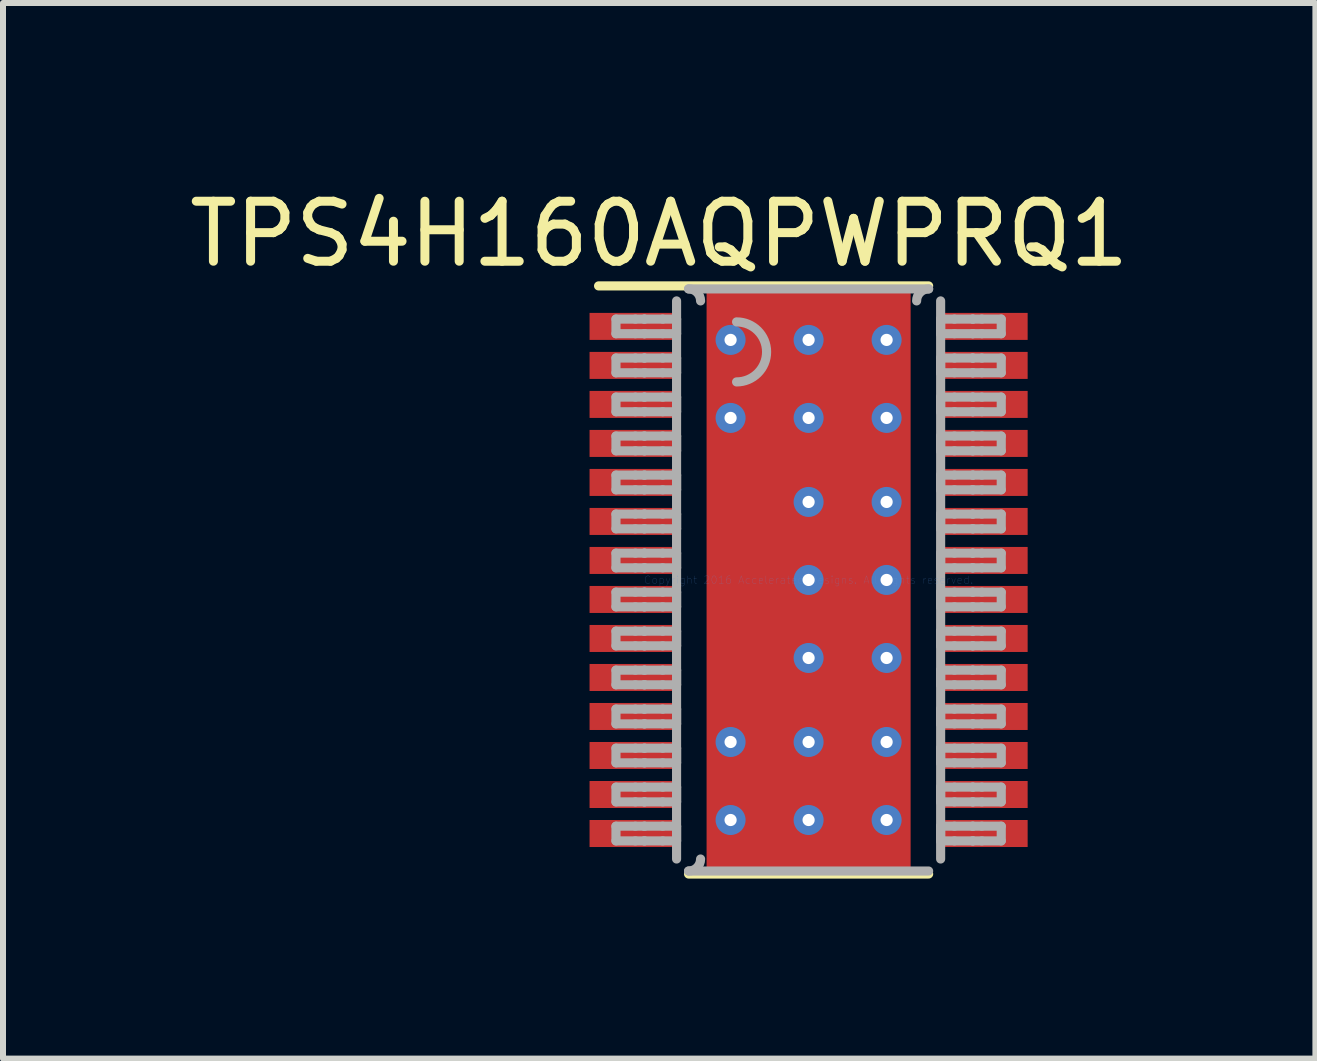
<source format=kicad_pcb>
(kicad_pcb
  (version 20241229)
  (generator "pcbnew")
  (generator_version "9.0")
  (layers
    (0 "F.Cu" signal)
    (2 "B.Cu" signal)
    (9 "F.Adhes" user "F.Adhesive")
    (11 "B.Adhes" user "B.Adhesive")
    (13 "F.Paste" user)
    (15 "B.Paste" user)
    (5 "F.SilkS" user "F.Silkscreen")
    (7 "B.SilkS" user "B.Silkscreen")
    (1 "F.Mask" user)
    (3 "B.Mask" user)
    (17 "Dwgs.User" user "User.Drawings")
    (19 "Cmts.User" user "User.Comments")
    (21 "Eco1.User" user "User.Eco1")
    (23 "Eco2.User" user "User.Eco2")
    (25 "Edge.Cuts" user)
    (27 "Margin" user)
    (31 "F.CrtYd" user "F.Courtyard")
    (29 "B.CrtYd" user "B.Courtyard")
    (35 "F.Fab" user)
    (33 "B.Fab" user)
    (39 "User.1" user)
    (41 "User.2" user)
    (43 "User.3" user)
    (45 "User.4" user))
  (footprint "TPS4H160AQPWPRQ1"
    (layer "F.Cu")
    (at 10.424 6.614)
    (property "Reference" "TPS4H160AQPWPRQ1" (at -2.489 -5.766 0) (layer "F.SilkS") (effects (font (size 1 1) (thickness 0.15))))
    (attr through_hole)
    (fp_line (start -1.55 -2.543) (end -1.549 -2.553) (stroke (width 0.152) (type solid)) (layer "F.Mask"))
    (fp_line (start -1.55 2.543) (end -1.55 -2.543) (stroke (width 0.152) (type solid)) (layer "F.Mask"))
    (fp_line (start -1.549 -2.553) (end -1.546 -2.561) (stroke (width 0.152) (type solid)) (layer "F.Mask"))
    (fp_line (start -1.549 2.553) (end -1.55 2.543) (stroke (width 0.152) (type solid)) (layer "F.Mask"))
    (fp_line (start -1.546 -2.561) (end -1.542 -2.569) (stroke (width 0.152) (type solid)) (layer "F.Mask"))
    (fp_line (start -1.546 2.561) (end -1.549 2.553) (stroke (width 0.152) (type solid)) (layer "F.Mask"))
    (fp_line (start -1.542 -2.569) (end -1.536 -2.576) (stroke (width 0.152) (type solid)) (layer "F.Mask"))
    (fp_line (start -1.542 2.569) (end -1.546 2.561) (stroke (width 0.152) (type solid)) (layer "F.Mask"))
    (fp_line (start -1.536 -2.576) (end -1.529 -2.582) (stroke (width 0.152) (type solid)) (layer "F.Mask"))
    (fp_line (start -1.536 2.576) (end -1.542 2.569) (stroke (width 0.152) (type solid)) (layer "F.Mask"))
    (fp_line (start -1.529 -2.582) (end -1.521 -2.586) (stroke (width 0.152) (type solid)) (layer "F.Mask"))
    (fp_line (start -1.529 2.582) (end -1.536 2.576) (stroke (width 0.152) (type solid)) (layer "F.Mask"))
    (fp_line (start -1.521 -2.586) (end -1.513 -2.589) (stroke (width 0.152) (type solid)) (layer "F.Mask"))
    (fp_line (start -1.521 2.586) (end -1.529 2.582) (stroke (width 0.152) (type solid)) (layer "F.Mask"))
    (fp_line (start -1.513 -2.589) (end -1.504 -2.59) (stroke (width 0.152) (type solid)) (layer "F.Mask"))
    (fp_line (start -1.513 2.589) (end -1.521 2.586) (stroke (width 0.152) (type solid)) (layer "F.Mask"))
    (fp_line (start -1.504 -2.59) (end 1.504 -2.59) (stroke (width 0.152) (type solid)) (layer "F.Mask"))
    (fp_line (start -1.504 2.59) (end -1.513 2.589) (stroke (width 0.152) (type solid)) (layer "F.Mask"))
    (fp_line (start 1.504 -2.59) (end 1.513 -2.589) (stroke (width 0.152) (type solid)) (layer "F.Mask"))
    (fp_line (start 1.504 2.59) (end -1.504 2.59) (stroke (width 0.152) (type solid)) (layer "F.Mask"))
    (fp_line (start 1.513 -2.589) (end 1.521 -2.586) (stroke (width 0.152) (type solid)) (layer "F.Mask"))
    (fp_line (start 1.513 2.589) (end 1.504 2.59) (stroke (width 0.152) (type solid)) (layer "F.Mask"))
    (fp_line (start 1.521 -2.586) (end 1.529 -2.582) (stroke (width 0.152) (type solid)) (layer "F.Mask"))
    (fp_line (start 1.521 2.586) (end 1.513 2.589) (stroke (width 0.152) (type solid)) (layer "F.Mask"))
    (fp_line (start 1.529 -2.582) (end 1.536 -2.576) (stroke (width 0.152) (type solid)) (layer "F.Mask"))
    (fp_line (start 1.529 2.582) (end 1.521 2.586) (stroke (width 0.152) (type solid)) (layer "F.Mask"))
    (fp_line (start 1.536 -2.576) (end 1.542 -2.569) (stroke (width 0.152) (type solid)) (layer "F.Mask"))
    (fp_line (start 1.536 2.576) (end 1.529 2.582) (stroke (width 0.152) (type solid)) (layer "F.Mask"))
    (fp_line (start 1.542 -2.569) (end 1.546 -2.561) (stroke (width 0.152) (type solid)) (layer "F.Mask"))
    (fp_line (start 1.542 2.569) (end 1.536 2.576) (stroke (width 0.152) (type solid)) (layer "F.Mask"))
    (fp_line (start 1.546 -2.561) (end 1.549 -2.553) (stroke (width 0.152) (type solid)) (layer "F.Mask"))
    (fp_line (start 1.546 2.561) (end 1.542 2.569) (stroke (width 0.152) (type solid)) (layer "F.Mask"))
    (fp_line (start 1.549 -2.553) (end 1.55 -2.543) (stroke (width 0.152) (type solid)) (layer "F.Mask"))
    (fp_line (start 1.549 2.553) (end 1.546 2.561) (stroke (width 0.152) (type solid)) (layer "F.Mask"))
    (fp_line (start 1.55 -2.543) (end 1.55 2.543) (stroke (width 0.152) (type solid)) (layer "F.Mask"))
    (fp_line (start 1.55 2.543) (end 1.549 2.553) (stroke (width 0.152) (type solid)) (layer "F.Mask"))
    (fp_line (start -3.5 -4.9) (end 2 -4.9) (stroke (width 0.152) (type solid)) (layer "F.SilkS"))
    (fp_line (start -2 4.9) (end 2 4.9) (stroke (width 0.152) (type solid)) (layer "F.SilkS"))
    (fp_line (start -1.55 -2.543) (end -1.549 -2.553) (stroke (width 0.152) (type solid)) (layer "F.Paste"))
    (fp_line (start -1.55 2.543) (end -1.55 -2.543) (stroke (width 0.152) (type solid)) (layer "F.Paste"))
    (fp_line (start -1.549 -2.553) (end -1.546 -2.561) (stroke (width 0.152) (type solid)) (layer "F.Paste"))
    (fp_line (start -1.549 2.553) (end -1.55 2.543) (stroke (width 0.152) (type solid)) (layer "F.Paste"))
    (fp_line (start -1.546 -2.561) (end -1.542 -2.569) (stroke (width 0.152) (type solid)) (layer "F.Paste"))
    (fp_line (start -1.546 2.561) (end -1.549 2.553) (stroke (width 0.152) (type solid)) (layer "F.Paste"))
    (fp_line (start -1.542 -2.569) (end -1.536 -2.576) (stroke (width 0.152) (type solid)) (layer "F.Paste"))
    (fp_line (start -1.542 2.569) (end -1.546 2.561) (stroke (width 0.152) (type solid)) (layer "F.Paste"))
    (fp_line (start -1.536 -2.576) (end -1.529 -2.582) (stroke (width 0.152) (type solid)) (layer "F.Paste"))
    (fp_line (start -1.536 2.576) (end -1.542 2.569) (stroke (width 0.152) (type solid)) (layer "F.Paste"))
    (fp_line (start -1.529 -2.582) (end -1.521 -2.586) (stroke (width 0.152) (type solid)) (layer "F.Paste"))
    (fp_line (start -1.529 2.582) (end -1.536 2.576) (stroke (width 0.152) (type solid)) (layer "F.Paste"))
    (fp_line (start -1.521 -2.586) (end -1.513 -2.589) (stroke (width 0.152) (type solid)) (layer "F.Paste"))
    (fp_line (start -1.521 2.586) (end -1.529 2.582) (stroke (width 0.152) (type solid)) (layer "F.Paste"))
    (fp_line (start -1.513 -2.589) (end -1.504 -2.59) (stroke (width 0.152) (type solid)) (layer "F.Paste"))
    (fp_line (start -1.513 2.589) (end -1.521 2.586) (stroke (width 0.152) (type solid)) (layer "F.Paste"))
    (fp_line (start -1.504 -2.59) (end 1.504 -2.59) (stroke (width 0.152) (type solid)) (layer "F.Paste"))
    (fp_line (start -1.504 2.59) (end -1.513 2.589) (stroke (width 0.152) (type solid)) (layer "F.Paste"))
    (fp_line (start 1.504 -2.59) (end 1.513 -2.589) (stroke (width 0.152) (type solid)) (layer "F.Paste"))
    (fp_line (start 1.504 2.59) (end -1.504 2.59) (stroke (width 0.152) (type solid)) (layer "F.Paste"))
    (fp_line (start 1.513 -2.589) (end 1.521 -2.586) (stroke (width 0.152) (type solid)) (layer "F.Paste"))
    (fp_line (start 1.513 2.589) (end 1.504 2.59) (stroke (width 0.152) (type solid)) (layer "F.Paste"))
    (fp_line (start 1.521 -2.586) (end 1.529 -2.582) (stroke (width 0.152) (type solid)) (layer "F.Paste"))
    (fp_line (start 1.521 2.586) (end 1.513 2.589) (stroke (width 0.152) (type solid)) (layer "F.Paste"))
    (fp_line (start 1.529 -2.582) (end 1.536 -2.576) (stroke (width 0.152) (type solid)) (layer "F.Paste"))
    (fp_line (start 1.529 2.582) (end 1.521 2.586) (stroke (width 0.152) (type solid)) (layer "F.Paste"))
    (fp_line (start 1.536 -2.576) (end 1.542 -2.569) (stroke (width 0.152) (type solid)) (layer "F.Paste"))
    (fp_line (start 1.536 2.576) (end 1.529 2.582) (stroke (width 0.152) (type solid)) (layer "F.Paste"))
    (fp_line (start 1.542 -2.569) (end 1.546 -2.561) (stroke (width 0.152) (type solid)) (layer "F.Paste"))
    (fp_line (start 1.542 2.569) (end 1.536 2.576) (stroke (width 0.152) (type solid)) (layer "F.Paste"))
    (fp_line (start 1.546 -2.561) (end 1.549 -2.553) (stroke (width 0.152) (type solid)) (layer "F.Paste"))
    (fp_line (start 1.546 2.561) (end 1.542 2.569) (stroke (width 0.152) (type solid)) (layer "F.Paste"))
    (fp_line (start 1.549 -2.553) (end 1.55 -2.543) (stroke (width 0.152) (type solid)) (layer "F.Paste"))
    (fp_line (start 1.549 2.553) (end 1.546 2.561) (stroke (width 0.152) (type solid)) (layer "F.Paste"))
    (fp_line (start 1.55 -2.543) (end 1.55 2.543) (stroke (width 0.152) (type solid)) (layer "F.Paste"))
    (fp_line (start 1.55 2.543) (end 1.549 2.553) (stroke (width 0.152) (type solid)) (layer "F.Paste"))
    (fp_line (start -3.21 -4.347) (end -2.887 -4.347) (stroke (width 0.152) (type solid)) (layer "F.Fab"))
    (fp_line (start -3.21 -4.103) (end -3.21 -4.347) (stroke (width 0.152) (type solid)) (layer "F.Fab"))
    (fp_line (start -3.21 -4.103) (end -2.887 -4.103) (stroke (width 0.152) (type solid)) (layer "F.Fab"))
    (fp_line (start -3.21 -3.698) (end -2.887 -3.698) (stroke (width 0.152) (type solid)) (layer "F.Fab"))
    (fp_line (start -3.21 -3.452) (end -3.21 -3.698) (stroke (width 0.152) (type solid)) (layer "F.Fab"))
    (fp_line (start -3.21 -3.452) (end -2.887 -3.452) (stroke (width 0.152) (type solid)) (layer "F.Fab"))
    (fp_line (start -3.21 -3.047) (end -2.887 -3.047) (stroke (width 0.152) (type solid)) (layer "F.Fab"))
    (fp_line (start -3.21 -2.803) (end -3.21 -3.047) (stroke (width 0.152) (type solid)) (layer "F.Fab"))
    (fp_line (start -3.21 -2.803) (end -2.887 -2.803) (stroke (width 0.152) (type solid)) (layer "F.Fab"))
    (fp_line (start -3.21 -2.398) (end -2.887 -2.398) (stroke (width 0.152) (type solid)) (layer "F.Fab"))
    (fp_line (start -3.21 -2.152) (end -3.21 -2.398) (stroke (width 0.152) (type solid)) (layer "F.Fab"))
    (fp_line (start -3.21 -2.152) (end -2.887 -2.152) (stroke (width 0.152) (type solid)) (layer "F.Fab"))
    (fp_line (start -3.21 -1.747) (end -2.887 -1.747) (stroke (width 0.152) (type solid)) (layer "F.Fab"))
    (fp_line (start -3.21 -1.502) (end -3.21 -1.747) (stroke (width 0.152) (type solid)) (layer "F.Fab"))
    (fp_line (start -3.21 -1.502) (end -2.887 -1.502) (stroke (width 0.152) (type solid)) (layer "F.Fab"))
    (fp_line (start -3.21 -1.098) (end -2.887 -1.098) (stroke (width 0.152) (type solid)) (layer "F.Fab"))
    (fp_line (start -3.21 -0.852) (end -3.21 -1.098) (stroke (width 0.152) (type solid)) (layer "F.Fab"))
    (fp_line (start -3.21 -0.852) (end -2.887 -0.852) (stroke (width 0.152) (type solid)) (layer "F.Fab"))
    (fp_line (start -3.21 -0.447) (end -2.887 -0.447) (stroke (width 0.152) (type solid)) (layer "F.Fab"))
    (fp_line (start -3.21 -0.202) (end -3.21 -0.447) (stroke (width 0.152) (type solid)) (layer "F.Fab"))
    (fp_line (start -3.21 -0.202) (end -2.887 -0.202) (stroke (width 0.152) (type solid)) (layer "F.Fab"))
    (fp_line (start -3.21 0.203) (end -2.887 0.203) (stroke (width 0.152) (type solid)) (layer "F.Fab"))
    (fp_line (start -3.21 0.448) (end -3.21 0.203) (stroke (width 0.152) (type solid)) (layer "F.Fab"))
    (fp_line (start -3.21 0.448) (end -2.887 0.448) (stroke (width 0.152) (type solid)) (layer "F.Fab"))
    (fp_line (start -3.21 0.853) (end -2.887 0.853) (stroke (width 0.152) (type solid)) (layer "F.Fab"))
    (fp_line (start -3.21 1.098) (end -3.21 0.853) (stroke (width 0.152) (type solid)) (layer "F.Fab"))
    (fp_line (start -3.21 1.098) (end -2.887 1.098) (stroke (width 0.152) (type solid)) (layer "F.Fab"))
    (fp_line (start -3.21 1.503) (end -2.887 1.503) (stroke (width 0.152) (type solid)) (layer "F.Fab"))
    (fp_line (start -3.21 1.747) (end -3.21 1.503) (stroke (width 0.152) (type solid)) (layer "F.Fab"))
    (fp_line (start -3.21 1.747) (end -2.887 1.747) (stroke (width 0.152) (type solid)) (layer "F.Fab"))
    (fp_line (start -3.21 2.152) (end -2.887 2.152) (stroke (width 0.152) (type solid)) (layer "F.Fab"))
    (fp_line (start -3.21 2.398) (end -3.21 2.152) (stroke (width 0.152) (type solid)) (layer "F.Fab"))
    (fp_line (start -3.21 2.398) (end -2.887 2.398) (stroke (width 0.152) (type solid)) (layer "F.Fab"))
    (fp_line (start -3.21 2.803) (end -2.887 2.803) (stroke (width 0.152) (type solid)) (layer "F.Fab"))
    (fp_line (start -3.21 3.047) (end -3.21 2.803) (stroke (width 0.152) (type solid)) (layer "F.Fab"))
    (fp_line (start -3.21 3.047) (end -2.887 3.047) (stroke (width 0.152) (type solid)) (layer "F.Fab"))
    (fp_line (start -3.21 3.452) (end -2.887 3.452) (stroke (width 0.152) (type solid)) (layer "F.Fab"))
    (fp_line (start -3.21 3.698) (end -3.21 3.452) (stroke (width 0.152) (type solid)) (layer "F.Fab"))
    (fp_line (start -3.21 3.698) (end -2.887 3.698) (stroke (width 0.152) (type solid)) (layer "F.Fab"))
    (fp_line (start -3.21 4.103) (end -2.887 4.103) (stroke (width 0.152) (type solid)) (layer "F.Fab"))
    (fp_line (start -3.21 4.348) (end -3.21 4.103) (stroke (width 0.152) (type solid)) (layer "F.Fab"))
    (fp_line (start -3.21 4.348) (end -2.887 4.348) (stroke (width 0.152) (type solid)) (layer "F.Fab"))
    (fp_line (start -2.887 -4.347) (end -2.739 -4.347) (stroke (width 0.152) (type solid)) (layer "F.Fab"))
    (fp_line (start -2.887 -4.103) (end -2.739 -4.103) (stroke (width 0.152) (type solid)) (layer "F.Fab"))
    (fp_line (start -2.887 -3.698) (end -2.739 -3.698) (stroke (width 0.152) (type solid)) (layer "F.Fab"))
    (fp_line (start -2.887 -3.452) (end -2.739 -3.452) (stroke (width 0.152) (type solid)) (layer "F.Fab"))
    (fp_line (start -2.887 -3.047) (end -2.739 -3.047) (stroke (width 0.152) (type solid)) (layer "F.Fab"))
    (fp_line (start -2.887 -2.803) (end -2.739 -2.803) (stroke (width 0.152) (type solid)) (layer "F.Fab"))
    (fp_line (start -2.887 -2.398) (end -2.739 -2.398) (stroke (width 0.152) (type solid)) (layer "F.Fab"))
    (fp_line (start -2.887 -2.152) (end -2.739 -2.152) (stroke (width 0.152) (type solid)) (layer "F.Fab"))
    (fp_line (start -2.887 -1.747) (end -2.739 -1.747) (stroke (width 0.152) (type solid)) (layer "F.Fab"))
    (fp_line (start -2.887 -1.502) (end -2.739 -1.502) (stroke (width 0.152) (type solid)) (layer "F.Fab"))
    (fp_line (start -2.887 -1.098) (end -2.739 -1.098) (stroke (width 0.152) (type solid)) (layer "F.Fab"))
    (fp_line (start -2.887 -0.852) (end -2.739 -0.852) (stroke (width 0.152) (type solid)) (layer "F.Fab"))
    (fp_line (start -2.887 -0.447) (end -2.739 -0.447) (stroke (width 0.152) (type solid)) (layer "F.Fab"))
    (fp_line (start -2.887 -0.202) (end -2.739 -0.202) (stroke (width 0.152) (type solid)) (layer "F.Fab"))
    (fp_line (start -2.887 0.203) (end -2.739 0.203) (stroke (width 0.152) (type solid)) (layer "F.Fab"))
    (fp_line (start -2.887 0.448) (end -2.739 0.448) (stroke (width 0.152) (type solid)) (layer "F.Fab"))
    (fp_line (start -2.887 0.853) (end -2.739 0.853) (stroke (width 0.152) (type solid)) (layer "F.Fab"))
    (fp_line (start -2.887 1.098) (end -2.739 1.098) (stroke (width 0.152) (type solid)) (layer "F.Fab"))
    (fp_line (start -2.887 1.503) (end -2.739 1.503) (stroke (width 0.152) (type solid)) (layer "F.Fab"))
    (fp_line (start -2.887 1.747) (end -2.739 1.747) (stroke (width 0.152) (type solid)) (layer "F.Fab"))
    (fp_line (start -2.887 2.152) (end -2.739 2.152) (stroke (width 0.152) (type solid)) (layer "F.Fab"))
    (fp_line (start -2.887 2.398) (end -2.739 2.398) (stroke (width 0.152) (type solid)) (layer "F.Fab"))
    (fp_line (start -2.887 2.803) (end -2.739 2.803) (stroke (width 0.152) (type solid)) (layer "F.Fab"))
    (fp_line (start -2.887 3.047) (end -2.739 3.047) (stroke (width 0.152) (type solid)) (layer "F.Fab"))
    (fp_line (start -2.887 3.452) (end -2.739 3.452) (stroke (width 0.152) (type solid)) (layer "F.Fab"))
    (fp_line (start -2.887 3.698) (end -2.739 3.698) (stroke (width 0.152) (type solid)) (layer "F.Fab"))
    (fp_line (start -2.887 4.103) (end -2.739 4.103) (stroke (width 0.152) (type solid)) (layer "F.Fab"))
    (fp_line (start -2.887 4.348) (end -2.739 4.348) (stroke (width 0.152) (type solid)) (layer "F.Fab"))
    (fp_line (start -2.739 -4.347) (end -2.733 -4.347) (stroke (width 0.152) (type solid)) (layer "F.Fab"))
    (fp_line (start -2.739 -4.103) (end -2.733 -4.103) (stroke (width 0.152) (type solid)) (layer "F.Fab"))
    (fp_line (start -2.739 -3.698) (end -2.733 -3.698) (stroke (width 0.152) (type solid)) (layer "F.Fab"))
    (fp_line (start -2.739 -3.452) (end -2.733 -3.452) (stroke (width 0.152) (type solid)) (layer "F.Fab"))
    (fp_line (start -2.739 -3.047) (end -2.733 -3.047) (stroke (width 0.152) (type solid)) (layer "F.Fab"))
    (fp_line (start -2.739 -2.803) (end -2.733 -2.803) (stroke (width 0.152) (type solid)) (layer "F.Fab"))
    (fp_line (start -2.739 -2.398) (end -2.733 -2.398) (stroke (width 0.152) (type solid)) (layer "F.Fab"))
    (fp_line (start -2.739 -2.152) (end -2.733 -2.152) (stroke (width 0.152) (type solid)) (layer "F.Fab"))
    (fp_line (start -2.739 -1.747) (end -2.733 -1.747) (stroke (width 0.152) (type solid)) (layer "F.Fab"))
    (fp_line (start -2.739 -1.502) (end -2.733 -1.502) (stroke (width 0.152) (type solid)) (layer "F.Fab"))
    (fp_line (start -2.739 -1.098) (end -2.733 -1.098) (stroke (width 0.152) (type solid)) (layer "F.Fab"))
    (fp_line (start -2.739 -0.852) (end -2.733 -0.852) (stroke (width 0.152) (type solid)) (layer "F.Fab"))
    (fp_line (start -2.739 -0.447) (end -2.733 -0.447) (stroke (width 0.152) (type solid)) (layer "F.Fab"))
    (fp_line (start -2.739 -0.202) (end -2.733 -0.202) (stroke (width 0.152) (type solid)) (layer "F.Fab"))
    (fp_line (start -2.739 0.203) (end -2.733 0.203) (stroke (width 0.152) (type solid)) (layer "F.Fab"))
    (fp_line (start -2.739 0.448) (end -2.733 0.448) (stroke (width 0.152) (type solid)) (layer "F.Fab"))
    (fp_line (start -2.739 0.853) (end -2.733 0.853) (stroke (width 0.152) (type solid)) (layer "F.Fab"))
    (fp_line (start -2.739 1.098) (end -2.733 1.098) (stroke (width 0.152) (type solid)) (layer "F.Fab"))
    (fp_line (start -2.739 1.503) (end -2.733 1.503) (stroke (width 0.152) (type solid)) (layer "F.Fab"))
    (fp_line (start -2.739 1.747) (end -2.733 1.747) (stroke (width 0.152) (type solid)) (layer "F.Fab"))
    (fp_line (start -2.739 2.152) (end -2.733 2.152) (stroke (width 0.152) (type solid)) (layer "F.Fab"))
    (fp_line (start -2.739 2.398) (end -2.733 2.398) (stroke (width 0.152) (type solid)) (layer "F.Fab"))
    (fp_line (start -2.739 2.803) (end -2.733 2.803) (stroke (width 0.152) (type solid)) (layer "F.Fab"))
    (fp_line (start -2.739 3.047) (end -2.733 3.047) (stroke (width 0.152) (type solid)) (layer "F.Fab"))
    (fp_line (start -2.739 3.452) (end -2.733 3.452) (stroke (width 0.152) (type solid)) (layer "F.Fab"))
    (fp_line (start -2.739 3.698) (end -2.733 3.698) (stroke (width 0.152) (type solid)) (layer "F.Fab"))
    (fp_line (start -2.739 4.103) (end -2.733 4.103) (stroke (width 0.152) (type solid)) (layer "F.Fab"))
    (fp_line (start -2.739 4.348) (end -2.733 4.348) (stroke (width 0.152) (type solid)) (layer "F.Fab"))
    (fp_line (start -2.733 -4.347) (end -2.431 -4.347) (stroke (width 0.152) (type solid)) (layer "F.Fab"))
    (fp_line (start -2.733 -4.103) (end -2.431 -4.103) (stroke (width 0.152) (type solid)) (layer "F.Fab"))
    (fp_line (start -2.733 -3.698) (end -2.431 -3.698) (stroke (width 0.152) (type solid)) (layer "F.Fab"))
    (fp_line (start -2.733 -3.452) (end -2.431 -3.452) (stroke (width 0.152) (type solid)) (layer "F.Fab"))
    (fp_line (start -2.733 -3.047) (end -2.431 -3.047) (stroke (width 0.152) (type solid)) (layer "F.Fab"))
    (fp_line (start -2.733 -2.803) (end -2.431 -2.803) (stroke (width 0.152) (type solid)) (layer "F.Fab"))
    (fp_line (start -2.733 -2.398) (end -2.431 -2.398) (stroke (width 0.152) (type solid)) (layer "F.Fab"))
    (fp_line (start -2.733 -2.152) (end -2.431 -2.152) (stroke (width 0.152) (type solid)) (layer "F.Fab"))
    (fp_line (start -2.733 -1.747) (end -2.431 -1.747) (stroke (width 0.152) (type solid)) (layer "F.Fab"))
    (fp_line (start -2.733 -1.502) (end -2.431 -1.502) (stroke (width 0.152) (type solid)) (layer "F.Fab"))
    (fp_line (start -2.733 -1.098) (end -2.431 -1.098) (stroke (width 0.152) (type solid)) (layer "F.Fab"))
    (fp_line (start -2.733 -0.852) (end -2.431 -0.852) (stroke (width 0.152) (type solid)) (layer "F.Fab"))
    (fp_line (start -2.733 -0.447) (end -2.431 -0.447) (stroke (width 0.152) (type solid)) (layer "F.Fab"))
    (fp_line (start -2.733 -0.202) (end -2.431 -0.202) (stroke (width 0.152) (type solid)) (layer "F.Fab"))
    (fp_line (start -2.733 0.203) (end -2.431 0.203) (stroke (width 0.152) (type solid)) (layer "F.Fab"))
    (fp_line (start -2.733 0.448) (end -2.431 0.448) (stroke (width 0.152) (type solid)) (layer "F.Fab"))
    (fp_line (start -2.733 0.853) (end -2.431 0.853) (stroke (width 0.152) (type solid)) (layer "F.Fab"))
    (fp_line (start -2.733 1.098) (end -2.431 1.098) (stroke (width 0.152) (type solid)) (layer "F.Fab"))
    (fp_line (start -2.733 1.503) (end -2.431 1.503) (stroke (width 0.152) (type solid)) (layer "F.Fab"))
    (fp_line (start -2.733 1.747) (end -2.431 1.747) (stroke (width 0.152) (type solid)) (layer "F.Fab"))
    (fp_line (start -2.733 2.152) (end -2.431 2.152) (stroke (width 0.152) (type solid)) (layer "F.Fab"))
    (fp_line (start -2.733 2.398) (end -2.431 2.398) (stroke (width 0.152) (type solid)) (layer "F.Fab"))
    (fp_line (start -2.733 2.803) (end -2.431 2.803) (stroke (width 0.152) (type solid)) (layer "F.Fab"))
    (fp_line (start -2.733 3.047) (end -2.431 3.047) (stroke (width 0.152) (type solid)) (layer "F.Fab"))
    (fp_line (start -2.733 3.452) (end -2.431 3.452) (stroke (width 0.152) (type solid)) (layer "F.Fab"))
    (fp_line (start -2.733 3.698) (end -2.431 3.698) (stroke (width 0.152) (type solid)) (layer "F.Fab"))
    (fp_line (start -2.733 4.103) (end -2.431 4.103) (stroke (width 0.152) (type solid)) (layer "F.Fab"))
    (fp_line (start -2.733 4.348) (end -2.431 4.348) (stroke (width 0.152) (type solid)) (layer "F.Fab"))
    (fp_line (start -2.431 -4.347) (end -2.2 -4.347) (stroke (width 0.152) (type solid)) (layer "F.Fab"))
    (fp_line (start -2.431 -4.103) (end -2.2 -4.103) (stroke (width 0.152) (type solid)) (layer "F.Fab"))
    (fp_line (start -2.431 -3.698) (end -2.2 -3.698) (stroke (width 0.152) (type solid)) (layer "F.Fab"))
    (fp_line (start -2.431 -3.452) (end -2.2 -3.452) (stroke (width 0.152) (type solid)) (layer "F.Fab"))
    (fp_line (start -2.431 -3.047) (end -2.2 -3.047) (stroke (width 0.152) (type solid)) (layer "F.Fab"))
    (fp_line (start -2.431 -2.803) (end -2.2 -2.803) (stroke (width 0.152) (type solid)) (layer "F.Fab"))
    (fp_line (start -2.431 -2.398) (end -2.2 -2.398) (stroke (width 0.152) (type solid)) (layer "F.Fab"))
    (fp_line (start -2.431 -2.152) (end -2.2 -2.152) (stroke (width 0.152) (type solid)) (layer "F.Fab"))
    (fp_line (start -2.431 -1.747) (end -2.2 -1.747) (stroke (width 0.152) (type solid)) (layer "F.Fab"))
    (fp_line (start -2.431 -1.502) (end -2.2 -1.502) (stroke (width 0.152) (type solid)) (layer "F.Fab"))
    (fp_line (start -2.431 -1.098) (end -2.2 -1.098) (stroke (width 0.152) (type solid)) (layer "F.Fab"))
    (fp_line (start -2.431 -0.852) (end -2.2 -0.852) (stroke (width 0.152) (type solid)) (layer "F.Fab"))
    (fp_line (start -2.431 -0.447) (end -2.2 -0.447) (stroke (width 0.152) (type solid)) (layer "F.Fab"))
    (fp_line (start -2.431 -0.202) (end -2.2 -0.202) (stroke (width 0.152) (type solid)) (layer "F.Fab"))
    (fp_line (start -2.431 0.203) (end -2.2 0.203) (stroke (width 0.152) (type solid)) (layer "F.Fab"))
    (fp_line (start -2.431 0.448) (end -2.2 0.448) (stroke (width 0.152) (type solid)) (layer "F.Fab"))
    (fp_line (start -2.431 0.853) (end -2.2 0.853) (stroke (width 0.152) (type solid)) (layer "F.Fab"))
    (fp_line (start -2.431 1.098) (end -2.2 1.098) (stroke (width 0.152) (type solid)) (layer "F.Fab"))
    (fp_line (start -2.431 1.503) (end -2.2 1.503) (stroke (width 0.152) (type solid)) (layer "F.Fab"))
    (fp_line (start -2.431 1.747) (end -2.2 1.747) (stroke (width 0.152) (type solid)) (layer "F.Fab"))
    (fp_line (start -2.431 2.152) (end -2.2 2.152) (stroke (width 0.152) (type solid)) (layer "F.Fab"))
    (fp_line (start -2.431 2.398) (end -2.2 2.398) (stroke (width 0.152) (type solid)) (layer "F.Fab"))
    (fp_line (start -2.431 2.803) (end -2.2 2.803) (stroke (width 0.152) (type solid)) (layer "F.Fab"))
    (fp_line (start -2.431 3.047) (end -2.2 3.047) (stroke (width 0.152) (type solid)) (layer "F.Fab"))
    (fp_line (start -2.431 3.452) (end -2.2 3.452) (stroke (width 0.152) (type solid)) (layer "F.Fab"))
    (fp_line (start -2.431 3.698) (end -2.2 3.698) (stroke (width 0.152) (type solid)) (layer "F.Fab"))
    (fp_line (start -2.431 4.103) (end -2.2 4.103) (stroke (width 0.152) (type solid)) (layer "F.Fab"))
    (fp_line (start -2.431 4.348) (end -2.2 4.348) (stroke (width 0.152) (type solid)) (layer "F.Fab"))
    (fp_line (start -2.2 -4.103) (end -2.2 -4.347) (stroke (width 0.152) (type solid)) (layer "F.Fab"))
    (fp_line (start -2.2 -3.452) (end -2.2 -3.698) (stroke (width 0.152) (type solid)) (layer "F.Fab"))
    (fp_line (start -2.2 -2.803) (end -2.2 -3.047) (stroke (width 0.152) (type solid)) (layer "F.Fab"))
    (fp_line (start -2.2 -2.152) (end -2.2 -2.398) (stroke (width 0.152) (type solid)) (layer "F.Fab"))
    (fp_line (start -2.2 -1.502) (end -2.2 -1.747) (stroke (width 0.152) (type solid)) (layer "F.Fab"))
    (fp_line (start -2.2 -0.852) (end -2.2 -1.098) (stroke (width 0.152) (type solid)) (layer "F.Fab"))
    (fp_line (start -2.2 -0.202) (end -2.2 -0.447) (stroke (width 0.152) (type solid)) (layer "F.Fab"))
    (fp_line (start -2.2 0.448) (end -2.2 0.203) (stroke (width 0.152) (type solid)) (layer "F.Fab"))
    (fp_line (start -2.2 1.098) (end -2.2 0.853) (stroke (width 0.152) (type solid)) (layer "F.Fab"))
    (fp_line (start -2.2 1.747) (end -2.2 1.503) (stroke (width 0.152) (type solid)) (layer "F.Fab"))
    (fp_line (start -2.2 2.398) (end -2.2 2.152) (stroke (width 0.152) (type solid)) (layer "F.Fab"))
    (fp_line (start -2.2 3.047) (end -2.2 2.803) (stroke (width 0.152) (type solid)) (layer "F.Fab"))
    (fp_line (start -2.2 3.698) (end -2.2 3.452) (stroke (width 0.152) (type solid)) (layer "F.Fab"))
    (fp_line (start -2.2 4.348) (end -2.2 4.103) (stroke (width 0.152) (type solid)) (layer "F.Fab"))
    (fp_line (start -2.2 4.65) (end -2.2 -4.65) (stroke (width 0.152) (type solid)) (layer "F.Fab"))
    (fp_line (start -2 -4.85) (end 2 -4.85) (stroke (width 0.152) (type solid)) (layer "F.Fab"))
    (fp_line (start -2 4.85) (end 2 4.85) (stroke (width 0.152) (type solid)) (layer "F.Fab"))
    (fp_line (start 2.2 -4.347) (end 2.43 -4.347) (stroke (width 0.152) (type solid)) (layer "F.Fab"))
    (fp_line (start 2.2 -4.103) (end 2.2 -4.347) (stroke (width 0.152) (type solid)) (layer "F.Fab"))
    (fp_line (start 2.2 -4.103) (end 2.43 -4.103) (stroke (width 0.152) (type solid)) (layer "F.Fab"))
    (fp_line (start 2.2 -3.698) (end 2.43 -3.698) (stroke (width 0.152) (type solid)) (layer "F.Fab"))
    (fp_line (start 2.2 -3.452) (end 2.2 -3.698) (stroke (width 0.152) (type solid)) (layer "F.Fab"))
    (fp_line (start 2.2 -3.452) (end 2.43 -3.452) (stroke (width 0.152) (type solid)) (layer "F.Fab"))
    (fp_line (start 2.2 -3.047) (end 2.43 -3.047) (stroke (width 0.152) (type solid)) (layer "F.Fab"))
    (fp_line (start 2.2 -2.803) (end 2.2 -3.047) (stroke (width 0.152) (type solid)) (layer "F.Fab"))
    (fp_line (start 2.2 -2.803) (end 2.43 -2.803) (stroke (width 0.152) (type solid)) (layer "F.Fab"))
    (fp_line (start 2.2 -2.398) (end 2.43 -2.398) (stroke (width 0.152) (type solid)) (layer "F.Fab"))
    (fp_line (start 2.2 -2.152) (end 2.2 -2.398) (stroke (width 0.152) (type solid)) (layer "F.Fab"))
    (fp_line (start 2.2 -2.152) (end 2.43 -2.152) (stroke (width 0.152) (type solid)) (layer "F.Fab"))
    (fp_line (start 2.2 -1.747) (end 2.43 -1.747) (stroke (width 0.152) (type solid)) (layer "F.Fab"))
    (fp_line (start 2.2 -1.502) (end 2.2 -1.747) (stroke (width 0.152) (type solid)) (layer "F.Fab"))
    (fp_line (start 2.2 -1.502) (end 2.43 -1.502) (stroke (width 0.152) (type solid)) (layer "F.Fab"))
    (fp_line (start 2.2 -1.098) (end 2.43 -1.098) (stroke (width 0.152) (type solid)) (layer "F.Fab"))
    (fp_line (start 2.2 -0.852) (end 2.2 -1.098) (stroke (width 0.152) (type solid)) (layer "F.Fab"))
    (fp_line (start 2.2 -0.852) (end 2.43 -0.852) (stroke (width 0.152) (type solid)) (layer "F.Fab"))
    (fp_line (start 2.2 -0.447) (end 2.43 -0.447) (stroke (width 0.152) (type solid)) (layer "F.Fab"))
    (fp_line (start 2.2 -0.202) (end 2.2 -0.447) (stroke (width 0.152) (type solid)) (layer "F.Fab"))
    (fp_line (start 2.2 -0.202) (end 2.43 -0.202) (stroke (width 0.152) (type solid)) (layer "F.Fab"))
    (fp_line (start 2.2 0.203) (end 2.43 0.203) (stroke (width 0.152) (type solid)) (layer "F.Fab"))
    (fp_line (start 2.2 0.448) (end 2.2 0.203) (stroke (width 0.152) (type solid)) (layer "F.Fab"))
    (fp_line (start 2.2 0.448) (end 2.43 0.448) (stroke (width 0.152) (type solid)) (layer "F.Fab"))
    (fp_line (start 2.2 0.853) (end 2.43 0.853) (stroke (width 0.152) (type solid)) (layer "F.Fab"))
    (fp_line (start 2.2 1.098) (end 2.2 0.853) (stroke (width 0.152) (type solid)) (layer "F.Fab"))
    (fp_line (start 2.2 1.098) (end 2.43 1.098) (stroke (width 0.152) (type solid)) (layer "F.Fab"))
    (fp_line (start 2.2 1.503) (end 2.43 1.503) (stroke (width 0.152) (type solid)) (layer "F.Fab"))
    (fp_line (start 2.2 1.747) (end 2.2 1.503) (stroke (width 0.152) (type solid)) (layer "F.Fab"))
    (fp_line (start 2.2 1.747) (end 2.43 1.747) (stroke (width 0.152) (type solid)) (layer "F.Fab"))
    (fp_line (start 2.2 2.152) (end 2.43 2.152) (stroke (width 0.152) (type solid)) (layer "F.Fab"))
    (fp_line (start 2.2 2.398) (end 2.2 2.152) (stroke (width 0.152) (type solid)) (layer "F.Fab"))
    (fp_line (start 2.2 2.398) (end 2.43 2.398) (stroke (width 0.152) (type solid)) (layer "F.Fab"))
    (fp_line (start 2.2 2.803) (end 2.43 2.803) (stroke (width 0.152) (type solid)) (layer "F.Fab"))
    (fp_line (start 2.2 3.047) (end 2.2 2.803) (stroke (width 0.152) (type solid)) (layer "F.Fab"))
    (fp_line (start 2.2 3.047) (end 2.43 3.047) (stroke (width 0.152) (type solid)) (layer "F.Fab"))
    (fp_line (start 2.2 3.452) (end 2.43 3.452) (stroke (width 0.152) (type solid)) (layer "F.Fab"))
    (fp_line (start 2.2 3.698) (end 2.2 3.452) (stroke (width 0.152) (type solid)) (layer "F.Fab"))
    (fp_line (start 2.2 3.698) (end 2.43 3.698) (stroke (width 0.152) (type solid)) (layer "F.Fab"))
    (fp_line (start 2.2 4.103) (end 2.43 4.103) (stroke (width 0.152) (type solid)) (layer "F.Fab"))
    (fp_line (start 2.2 4.348) (end 2.2 4.103) (stroke (width 0.152) (type solid)) (layer "F.Fab"))
    (fp_line (start 2.2 4.348) (end 2.43 4.348) (stroke (width 0.152) (type solid)) (layer "F.Fab"))
    (fp_line (start 2.2 4.65) (end 2.2 -4.65) (stroke (width 0.152) (type solid)) (layer "F.Fab"))
    (fp_line (start 2.43 -4.347) (end 2.733 -4.347) (stroke (width 0.152) (type solid)) (layer "F.Fab"))
    (fp_line (start 2.43 -4.103) (end 2.733 -4.103) (stroke (width 0.152) (type solid)) (layer "F.Fab"))
    (fp_line (start 2.43 -3.698) (end 2.733 -3.698) (stroke (width 0.152) (type solid)) (layer "F.Fab"))
    (fp_line (start 2.43 -3.452) (end 2.733 -3.452) (stroke (width 0.152) (type solid)) (layer "F.Fab"))
    (fp_line (start 2.43 -3.047) (end 2.733 -3.047) (stroke (width 0.152) (type solid)) (layer "F.Fab"))
    (fp_line (start 2.43 -2.803) (end 2.733 -2.803) (stroke (width 0.152) (type solid)) (layer "F.Fab"))
    (fp_line (start 2.43 -2.398) (end 2.733 -2.398) (stroke (width 0.152) (type solid)) (layer "F.Fab"))
    (fp_line (start 2.43 -2.152) (end 2.733 -2.152) (stroke (width 0.152) (type solid)) (layer "F.Fab"))
    (fp_line (start 2.43 -1.747) (end 2.733 -1.747) (stroke (width 0.152) (type solid)) (layer "F.Fab"))
    (fp_line (start 2.43 -1.502) (end 2.733 -1.502) (stroke (width 0.152) (type solid)) (layer "F.Fab"))
    (fp_line (start 2.43 -1.098) (end 2.733 -1.098) (stroke (width 0.152) (type solid)) (layer "F.Fab"))
    (fp_line (start 2.43 -0.852) (end 2.733 -0.852) (stroke (width 0.152) (type solid)) (layer "F.Fab"))
    (fp_line (start 2.43 -0.447) (end 2.733 -0.447) (stroke (width 0.152) (type solid)) (layer "F.Fab"))
    (fp_line (start 2.43 -0.202) (end 2.733 -0.202) (stroke (width 0.152) (type solid)) (layer "F.Fab"))
    (fp_line (start 2.43 0.203) (end 2.733 0.203) (stroke (width 0.152) (type solid)) (layer "F.Fab"))
    (fp_line (start 2.43 0.448) (end 2.733 0.448) (stroke (width 0.152) (type solid)) (layer "F.Fab"))
    (fp_line (start 2.43 0.853) (end 2.733 0.853) (stroke (width 0.152) (type solid)) (layer "F.Fab"))
    (fp_line (start 2.43 1.098) (end 2.733 1.098) (stroke (width 0.152) (type solid)) (layer "F.Fab"))
    (fp_line (start 2.43 1.503) (end 2.733 1.503) (stroke (width 0.152) (type solid)) (layer "F.Fab"))
    (fp_line (start 2.43 1.747) (end 2.733 1.747) (stroke (width 0.152) (type solid)) (layer "F.Fab"))
    (fp_line (start 2.43 2.152) (end 2.733 2.152) (stroke (width 0.152) (type solid)) (layer "F.Fab"))
    (fp_line (start 2.43 2.398) (end 2.733 2.398) (stroke (width 0.152) (type solid)) (layer "F.Fab"))
    (fp_line (start 2.43 2.803) (end 2.733 2.803) (stroke (width 0.152) (type solid)) (layer "F.Fab"))
    (fp_line (start 2.43 3.047) (end 2.733 3.047) (stroke (width 0.152) (type solid)) (layer "F.Fab"))
    (fp_line (start 2.43 3.452) (end 2.733 3.452) (stroke (width 0.152) (type solid)) (layer "F.Fab"))
    (fp_line (start 2.43 3.698) (end 2.733 3.698) (stroke (width 0.152) (type solid)) (layer "F.Fab"))
    (fp_line (start 2.43 4.103) (end 2.733 4.103) (stroke (width 0.152) (type solid)) (layer "F.Fab"))
    (fp_line (start 2.43 4.348) (end 2.733 4.348) (stroke (width 0.152) (type solid)) (layer "F.Fab"))
    (fp_line (start 2.733 -4.347) (end 2.739 -4.347) (stroke (width 0.152) (type solid)) (layer "F.Fab"))
    (fp_line (start 2.733 -4.103) (end 2.739 -4.103) (stroke (width 0.152) (type solid)) (layer "F.Fab"))
    (fp_line (start 2.733 -3.698) (end 2.739 -3.698) (stroke (width 0.152) (type solid)) (layer "F.Fab"))
    (fp_line (start 2.733 -3.452) (end 2.739 -3.452) (stroke (width 0.152) (type solid)) (layer "F.Fab"))
    (fp_line (start 2.733 -3.047) (end 2.739 -3.047) (stroke (width 0.152) (type solid)) (layer "F.Fab"))
    (fp_line (start 2.733 -2.803) (end 2.739 -2.803) (stroke (width 0.152) (type solid)) (layer "F.Fab"))
    (fp_line (start 2.733 -2.398) (end 2.739 -2.398) (stroke (width 0.152) (type solid)) (layer "F.Fab"))
    (fp_line (start 2.733 -2.152) (end 2.739 -2.152) (stroke (width 0.152) (type solid)) (layer "F.Fab"))
    (fp_line (start 2.733 -1.747) (end 2.739 -1.747) (stroke (width 0.152) (type solid)) (layer "F.Fab"))
    (fp_line (start 2.733 -1.502) (end 2.739 -1.502) (stroke (width 0.152) (type solid)) (layer "F.Fab"))
    (fp_line (start 2.733 -1.098) (end 2.739 -1.098) (stroke (width 0.152) (type solid)) (layer "F.Fab"))
    (fp_line (start 2.733 -0.852) (end 2.739 -0.852) (stroke (width 0.152) (type solid)) (layer "F.Fab"))
    (fp_line (start 2.733 -0.447) (end 2.739 -0.447) (stroke (width 0.152) (type solid)) (layer "F.Fab"))
    (fp_line (start 2.733 -0.202) (end 2.739 -0.202) (stroke (width 0.152) (type solid)) (layer "F.Fab"))
    (fp_line (start 2.733 0.203) (end 2.739 0.203) (stroke (width 0.152) (type solid)) (layer "F.Fab"))
    (fp_line (start 2.733 0.448) (end 2.739 0.448) (stroke (width 0.152) (type solid)) (layer "F.Fab"))
    (fp_line (start 2.733 0.853) (end 2.739 0.853) (stroke (width 0.152) (type solid)) (layer "F.Fab"))
    (fp_line (start 2.733 1.098) (end 2.739 1.098) (stroke (width 0.152) (type solid)) (layer "F.Fab"))
    (fp_line (start 2.733 1.503) (end 2.739 1.503) (stroke (width 0.152) (type solid)) (layer "F.Fab"))
    (fp_line (start 2.733 1.747) (end 2.739 1.747) (stroke (width 0.152) (type solid)) (layer "F.Fab"))
    (fp_line (start 2.733 2.152) (end 2.739 2.152) (stroke (width 0.152) (type solid)) (layer "F.Fab"))
    (fp_line (start 2.733 2.398) (end 2.739 2.398) (stroke (width 0.152) (type solid)) (layer "F.Fab"))
    (fp_line (start 2.733 2.803) (end 2.739 2.803) (stroke (width 0.152) (type solid)) (layer "F.Fab"))
    (fp_line (start 2.733 3.047) (end 2.739 3.047) (stroke (width 0.152) (type solid)) (layer "F.Fab"))
    (fp_line (start 2.733 3.452) (end 2.739 3.452) (stroke (width 0.152) (type solid)) (layer "F.Fab"))
    (fp_line (start 2.733 3.698) (end 2.739 3.698) (stroke (width 0.152) (type solid)) (layer "F.Fab"))
    (fp_line (start 2.733 4.103) (end 2.739 4.103) (stroke (width 0.152) (type solid)) (layer "F.Fab"))
    (fp_line (start 2.733 4.348) (end 2.739 4.348) (stroke (width 0.152) (type solid)) (layer "F.Fab"))
    (fp_line (start 2.739 -4.347) (end 2.887 -4.347) (stroke (width 0.152) (type solid)) (layer "F.Fab"))
    (fp_line (start 2.739 -4.103) (end 2.887 -4.103) (stroke (width 0.152) (type solid)) (layer "F.Fab"))
    (fp_line (start 2.739 -3.698) (end 2.887 -3.698) (stroke (width 0.152) (type solid)) (layer "F.Fab"))
    (fp_line (start 2.739 -3.452) (end 2.887 -3.452) (stroke (width 0.152) (type solid)) (layer "F.Fab"))
    (fp_line (start 2.739 -3.047) (end 2.887 -3.047) (stroke (width 0.152) (type solid)) (layer "F.Fab"))
    (fp_line (start 2.739 -2.803) (end 2.887 -2.803) (stroke (width 0.152) (type solid)) (layer "F.Fab"))
    (fp_line (start 2.739 -2.398) (end 2.887 -2.398) (stroke (width 0.152) (type solid)) (layer "F.Fab"))
    (fp_line (start 2.739 -2.152) (end 2.887 -2.152) (stroke (width 0.152) (type solid)) (layer "F.Fab"))
    (fp_line (start 2.739 -1.747) (end 2.887 -1.747) (stroke (width 0.152) (type solid)) (layer "F.Fab"))
    (fp_line (start 2.739 -1.502) (end 2.887 -1.502) (stroke (width 0.152) (type solid)) (layer "F.Fab"))
    (fp_line (start 2.739 -1.098) (end 2.887 -1.098) (stroke (width 0.152) (type solid)) (layer "F.Fab"))
    (fp_line (start 2.739 -0.852) (end 2.887 -0.852) (stroke (width 0.152) (type solid)) (layer "F.Fab"))
    (fp_line (start 2.739 -0.447) (end 2.887 -0.447) (stroke (width 0.152) (type solid)) (layer "F.Fab"))
    (fp_line (start 2.739 -0.202) (end 2.887 -0.202) (stroke (width 0.152) (type solid)) (layer "F.Fab"))
    (fp_line (start 2.739 0.203) (end 2.887 0.203) (stroke (width 0.152) (type solid)) (layer "F.Fab"))
    (fp_line (start 2.739 0.448) (end 2.887 0.448) (stroke (width 0.152) (type solid)) (layer "F.Fab"))
    (fp_line (start 2.739 0.853) (end 2.887 0.853) (stroke (width 0.152) (type solid)) (layer "F.Fab"))
    (fp_line (start 2.739 1.098) (end 2.887 1.098) (stroke (width 0.152) (type solid)) (layer "F.Fab"))
    (fp_line (start 2.739 1.503) (end 2.887 1.503) (stroke (width 0.152) (type solid)) (layer "F.Fab"))
    (fp_line (start 2.739 1.747) (end 2.887 1.747) (stroke (width 0.152) (type solid)) (layer "F.Fab"))
    (fp_line (start 2.739 2.152) (end 2.887 2.152) (stroke (width 0.152) (type solid)) (layer "F.Fab"))
    (fp_line (start 2.739 2.398) (end 2.887 2.398) (stroke (width 0.152) (type solid)) (layer "F.Fab"))
    (fp_line (start 2.739 2.803) (end 2.887 2.803) (stroke (width 0.152) (type solid)) (layer "F.Fab"))
    (fp_line (start 2.739 3.047) (end 2.887 3.047) (stroke (width 0.152) (type solid)) (layer "F.Fab"))
    (fp_line (start 2.739 3.452) (end 2.887 3.452) (stroke (width 0.152) (type solid)) (layer "F.Fab"))
    (fp_line (start 2.739 3.698) (end 2.887 3.698) (stroke (width 0.152) (type solid)) (layer "F.Fab"))
    (fp_line (start 2.739 4.103) (end 2.887 4.103) (stroke (width 0.152) (type solid)) (layer "F.Fab"))
    (fp_line (start 2.739 4.348) (end 2.887 4.348) (stroke (width 0.152) (type solid)) (layer "F.Fab"))
    (fp_line (start 2.887 -4.347) (end 3.21 -4.347) (stroke (width 0.152) (type solid)) (layer "F.Fab"))
    (fp_line (start 2.887 -4.103) (end 3.21 -4.103) (stroke (width 0.152) (type solid)) (layer "F.Fab"))
    (fp_line (start 2.887 -3.698) (end 3.21 -3.698) (stroke (width 0.152) (type solid)) (layer "F.Fab"))
    (fp_line (start 2.887 -3.452) (end 3.21 -3.452) (stroke (width 0.152) (type solid)) (layer "F.Fab"))
    (fp_line (start 2.887 -3.047) (end 3.21 -3.047) (stroke (width 0.152) (type solid)) (layer "F.Fab"))
    (fp_line (start 2.887 -2.803) (end 3.21 -2.803) (stroke (width 0.152) (type solid)) (layer "F.Fab"))
    (fp_line (start 2.887 -2.398) (end 3.21 -2.398) (stroke (width 0.152) (type solid)) (layer "F.Fab"))
    (fp_line (start 2.887 -2.152) (end 3.21 -2.152) (stroke (width 0.152) (type solid)) (layer "F.Fab"))
    (fp_line (start 2.887 -1.747) (end 3.21 -1.747) (stroke (width 0.152) (type solid)) (layer "F.Fab"))
    (fp_line (start 2.887 -1.502) (end 3.21 -1.502) (stroke (width 0.152) (type solid)) (layer "F.Fab"))
    (fp_line (start 2.887 -1.098) (end 3.21 -1.098) (stroke (width 0.152) (type solid)) (layer "F.Fab"))
    (fp_line (start 2.887 -0.852) (end 3.21 -0.852) (stroke (width 0.152) (type solid)) (layer "F.Fab"))
    (fp_line (start 2.887 -0.447) (end 3.21 -0.447) (stroke (width 0.152) (type solid)) (layer "F.Fab"))
    (fp_line (start 2.887 -0.202) (end 3.21 -0.202) (stroke (width 0.152) (type solid)) (layer "F.Fab"))
    (fp_line (start 2.887 0.203) (end 3.21 0.203) (stroke (width 0.152) (type solid)) (layer "F.Fab"))
    (fp_line (start 2.887 0.448) (end 3.21 0.448) (stroke (width 0.152) (type solid)) (layer "F.Fab"))
    (fp_line (start 2.887 0.853) (end 3.21 0.853) (stroke (width 0.152) (type solid)) (layer "F.Fab"))
    (fp_line (start 2.887 1.098) (end 3.21 1.098) (stroke (width 0.152) (type solid)) (layer "F.Fab"))
    (fp_line (start 2.887 1.503) (end 3.21 1.503) (stroke (width 0.152) (type solid)) (layer "F.Fab"))
    (fp_line (start 2.887 1.747) (end 3.21 1.747) (stroke (width 0.152) (type solid)) (layer "F.Fab"))
    (fp_line (start 2.887 2.152) (end 3.21 2.152) (stroke (width 0.152) (type solid)) (layer "F.Fab"))
    (fp_line (start 2.887 2.398) (end 3.21 2.398) (stroke (width 0.152) (type solid)) (layer "F.Fab"))
    (fp_line (start 2.887 2.803) (end 3.21 2.803) (stroke (width 0.152) (type solid)) (layer "F.Fab"))
    (fp_line (start 2.887 3.047) (end 3.21 3.047) (stroke (width 0.152) (type solid)) (layer "F.Fab"))
    (fp_line (start 2.887 3.452) (end 3.21 3.452) (stroke (width 0.152) (type solid)) (layer "F.Fab"))
    (fp_line (start 2.887 3.698) (end 3.21 3.698) (stroke (width 0.152) (type solid)) (layer "F.Fab"))
    (fp_line (start 2.887 4.103) (end 3.21 4.103) (stroke (width 0.152) (type solid)) (layer "F.Fab"))
    (fp_line (start 2.887 4.348) (end 3.21 4.348) (stroke (width 0.152) (type solid)) (layer "F.Fab"))
    (fp_line (start 3.21 -4.103) (end 3.21 -4.347) (stroke (width 0.152) (type solid)) (layer "F.Fab"))
    (fp_line (start 3.21 -3.452) (end 3.21 -3.698) (stroke (width 0.152) (type solid)) (layer "F.Fab"))
    (fp_line (start 3.21 -2.803) (end 3.21 -3.047) (stroke (width 0.152) (type solid)) (layer "F.Fab"))
    (fp_line (start 3.21 -2.152) (end 3.21 -2.398) (stroke (width 0.152) (type solid)) (layer "F.Fab"))
    (fp_line (start 3.21 -1.502) (end 3.21 -1.747) (stroke (width 0.152) (type solid)) (layer "F.Fab"))
    (fp_line (start 3.21 -0.852) (end 3.21 -1.098) (stroke (width 0.152) (type solid)) (layer "F.Fab"))
    (fp_line (start 3.21 -0.202) (end 3.21 -0.447) (stroke (width 0.152) (type solid)) (layer "F.Fab"))
    (fp_line (start 3.21 0.448) (end 3.21 0.203) (stroke (width 0.152) (type solid)) (layer "F.Fab"))
    (fp_line (start 3.21 1.098) (end 3.21 0.853) (stroke (width 0.152) (type solid)) (layer "F.Fab"))
    (fp_line (start 3.21 1.747) (end 3.21 1.503) (stroke (width 0.152) (type solid)) (layer "F.Fab"))
    (fp_line (start 3.21 2.398) (end 3.21 2.152) (stroke (width 0.152) (type solid)) (layer "F.Fab"))
    (fp_line (start 3.21 3.047) (end 3.21 2.803) (stroke (width 0.152) (type solid)) (layer "F.Fab"))
    (fp_line (start 3.21 3.698) (end 3.21 3.452) (stroke (width 0.152) (type solid)) (layer "F.Fab"))
    (fp_line (start 3.21 4.348) (end 3.21 4.103) (stroke (width 0.152) (type solid)) (layer "F.Fab"))
    (fp_arc (start -2.000001 -4.85) (mid -1.85858 -4.791422) (end -1.800002 -4.650001) (stroke (width 0.1524) (type solid)) (layer "F.Fab"))
    (fp_arc (start -1.800001 4.650006) (mid -1.85858 4.791427) (end -2.000001 4.850006) (stroke (width 0.1524) (type solid)) (layer "F.Fab"))
    (fp_arc (start -1.200003 -4.299989) (mid -0.700004 -3.79999) (end -1.200003 -3.299991) (stroke (width 0.1524) (type solid)) (layer "F.Fab"))
    (fp_arc (start 1.799991 -4.650001) (mid 1.85857 -4.791422) (end 1.999991 -4.850001) (stroke (width 0.1524) (type solid)) (layer "F.Fab"))
    (fp_text user "Copyright 2016 Accelerated Designs. All rights reserved." (at 0 0 0) (layer "Cmts.User") (effects (font (size 0.127 0.127) (thickness 0.002))))
    (pad "1" smd rect (at -2.95 -4.225 90) (size 0.45 1.4) (layers "F.Cu" "F.Mask" "F.Paste"))
    (pad "1" thru_hole circle (at -1.3 -4) (size 0.5 0.5) (drill 0.203) (layers "*.Cu" "*.Mask"))
    (pad "1" thru_hole circle (at -1.3 -2.7) (size 0.5 0.5) (drill 0.203) (layers "*.Cu" "*.Mask"))
    (pad "1" thru_hole circle (at -1.3 2.7) (size 0.5 0.5) (drill 0.203) (layers "*.Cu" "*.Mask"))
    (pad "1" thru_hole circle (at -1.3 4) (size 0.5 0.5) (drill 0.203) (layers "*.Cu" "*.Mask"))
    (pad "1" thru_hole circle (at 0 -2.7) (size 0.5 0.5) (drill 0.203) (layers "*.Cu" "*.Mask"))
    (pad "1" smd rect (at 0 0) (size 3.4 9.7) (layers "F.Cu" "F.Mask" "F.Paste"))
    (pad "1" thru_hole circle (at 0.000003 -4) (size 0.5 0.5) (drill 0.203) (layers "*.Cu" "*.Mask"))
    (pad "1" thru_hole circle (at 0.000003 -1.3) (size 0.5 0.5) (drill 0.203) (layers "*.Cu" "*.Mask"))
    (pad "1" thru_hole circle (at 0.000003 0) (size 0.5 0.5) (drill 0.203) (layers "*.Cu" "*.Mask"))
    (pad "1" thru_hole circle (at 0.000003 1.3) (size 0.5 0.5) (drill 0.203) (layers "*.Cu" "*.Mask"))
    (pad "1" thru_hole circle (at 0.000003 2.7) (size 0.5 0.5) (drill 0.203) (layers "*.Cu" "*.Mask"))
    (pad "1" thru_hole circle (at 0.000005 4) (size 0.5 0.5) (drill 0.203) (layers "*.Cu" "*.Mask"))
    (pad "1" thru_hole circle (at 1.3 -4) (size 0.5 0.5) (drill 0.203) (layers "*.Cu" "*.Mask"))
    (pad "1" thru_hole circle (at 1.3 -2.7) (size 0.5 0.5) (drill 0.203) (layers "*.Cu" "*.Mask"))
    (pad "1" thru_hole circle (at 1.3 -1.3) (size 0.5 0.5) (drill 0.203) (layers "*.Cu" "*.Mask"))
    (pad "1" thru_hole circle (at 1.3 0) (size 0.5 0.5) (drill 0.203) (layers "*.Cu" "*.Mask"))
    (pad "1" thru_hole circle (at 1.3 1.3) (size 0.5 0.5) (drill 0.203) (layers "*.Cu" "*.Mask"))
    (pad "1" thru_hole circle (at 1.3 2.7) (size 0.5 0.5) (drill 0.203) (layers "*.Cu" "*.Mask"))
    (pad "1" thru_hole circle (at 1.3 4) (size 0.5 0.5) (drill 0.203) (layers "*.Cu" "*.Mask"))
    (pad "2" smd rect (at -2.95 -3.575 90) (size 0.45 1.4) (layers "F.Cu" "F.Mask" "F.Paste"))
    (pad "3" smd rect (at -2.95 -2.925 90) (size 0.45 1.4) (layers "F.Cu" "F.Mask" "F.Paste"))
    (pad "4" smd rect (at -2.95 -2.275 90) (size 0.45 1.4) (layers "F.Cu" "F.Mask" "F.Paste"))
    (pad "5" smd rect (at -2.95 -1.625 90) (size 0.45 1.4) (layers "F.Cu" "F.Mask" "F.Paste"))
    (pad "6" smd rect (at -2.95 -0.975 90) (size 0.45 1.4) (layers "F.Cu" "F.Mask" "F.Paste"))
    (pad "7" smd rect (at -2.95 -0.325 90) (size 0.45 1.4) (layers "F.Cu" "F.Mask" "F.Paste"))
    (pad "8" smd rect (at -2.95 0.325 90) (size 0.45 1.4) (layers "F.Cu" "F.Mask" "F.Paste"))
    (pad "9" smd rect (at -2.95 0.975 90) (size 0.45 1.4) (layers "F.Cu" "F.Mask" "F.Paste"))
    (pad "10" smd rect (at -2.95 1.625 90) (size 0.45 1.4) (layers "F.Cu" "F.Mask" "F.Paste"))
    (pad "11" smd rect (at -2.95 2.275 90) (size 0.45 1.4) (layers "F.Cu" "F.Mask" "F.Paste"))
    (pad "12" smd rect (at -2.95 2.925 90) (size 0.45 1.4) (layers "F.Cu" "F.Mask" "F.Paste"))
    (pad "13" smd rect (at -2.95 3.575 90) (size 0.45 1.4) (layers "F.Cu" "F.Mask" "F.Paste"))
    (pad "14" smd rect (at -2.95 4.225 90) (size 0.45 1.4) (layers "F.Cu" "F.Mask" "F.Paste"))
    (pad "15" smd rect (at 2.95 4.225 90) (size 0.45 1.4) (layers "F.Cu" "F.Mask" "F.Paste"))
    (pad "16" smd rect (at 2.95 3.575 90) (size 0.45 1.4) (layers "F.Cu" "F.Mask" "F.Paste"))
    (pad "17" smd rect (at 2.95 2.925 90) (size 0.45 1.4) (layers "F.Cu" "F.Mask" "F.Paste"))
    (pad "18" smd rect (at 2.95 2.275 90) (size 0.45 1.4) (layers "F.Cu" "F.Mask" "F.Paste"))
    (pad "19" smd rect (at 2.95 1.625 90) (size 0.45 1.4) (layers "F.Cu" "F.Mask" "F.Paste"))
    (pad "20" smd rect (at 2.95 0.975 90) (size 0.45 1.4) (layers "F.Cu" "F.Mask" "F.Paste"))
    (pad "21" smd rect (at 2.95 0.325 90) (size 0.45 1.4) (layers "F.Cu" "F.Mask" "F.Paste"))
    (pad "22" smd rect (at 2.95 -0.325 90) (size 0.45 1.4) (layers "F.Cu" "F.Mask" "F.Paste"))
    (pad "23" smd rect (at 2.95 -0.975 90) (size 0.45 1.4) (layers "F.Cu" "F.Mask" "F.Paste"))
    (pad "24" smd rect (at 2.95 -1.625 90) (size 0.45 1.4) (layers "F.Cu" "F.Mask" "F.Paste"))
    (pad "25" smd rect (at 2.95 -2.275 90) (size 0.45 1.4) (layers "F.Cu" "F.Mask" "F.Paste"))
    (pad "26" smd rect (at 2.95 -2.925 90) (size 0.45 1.4) (layers "F.Cu" "F.Mask" "F.Paste"))
    (pad "27" smd rect (at 2.95 -3.575 90) (size 0.45 1.4) (layers "F.Cu" "F.Mask" "F.Paste"))
    (pad "28" smd rect (at 2.95 -4.225 90) (size 0.45 1.4) (layers "F.Cu" "F.Mask" "F.Paste")))
  (gr_rect
    (start -3 -3)
    (end 18.869 14.59)
    (stroke (width 0.1) (type default))
    (fill no)
    (layer "Edge.Cuts")))
</source>
